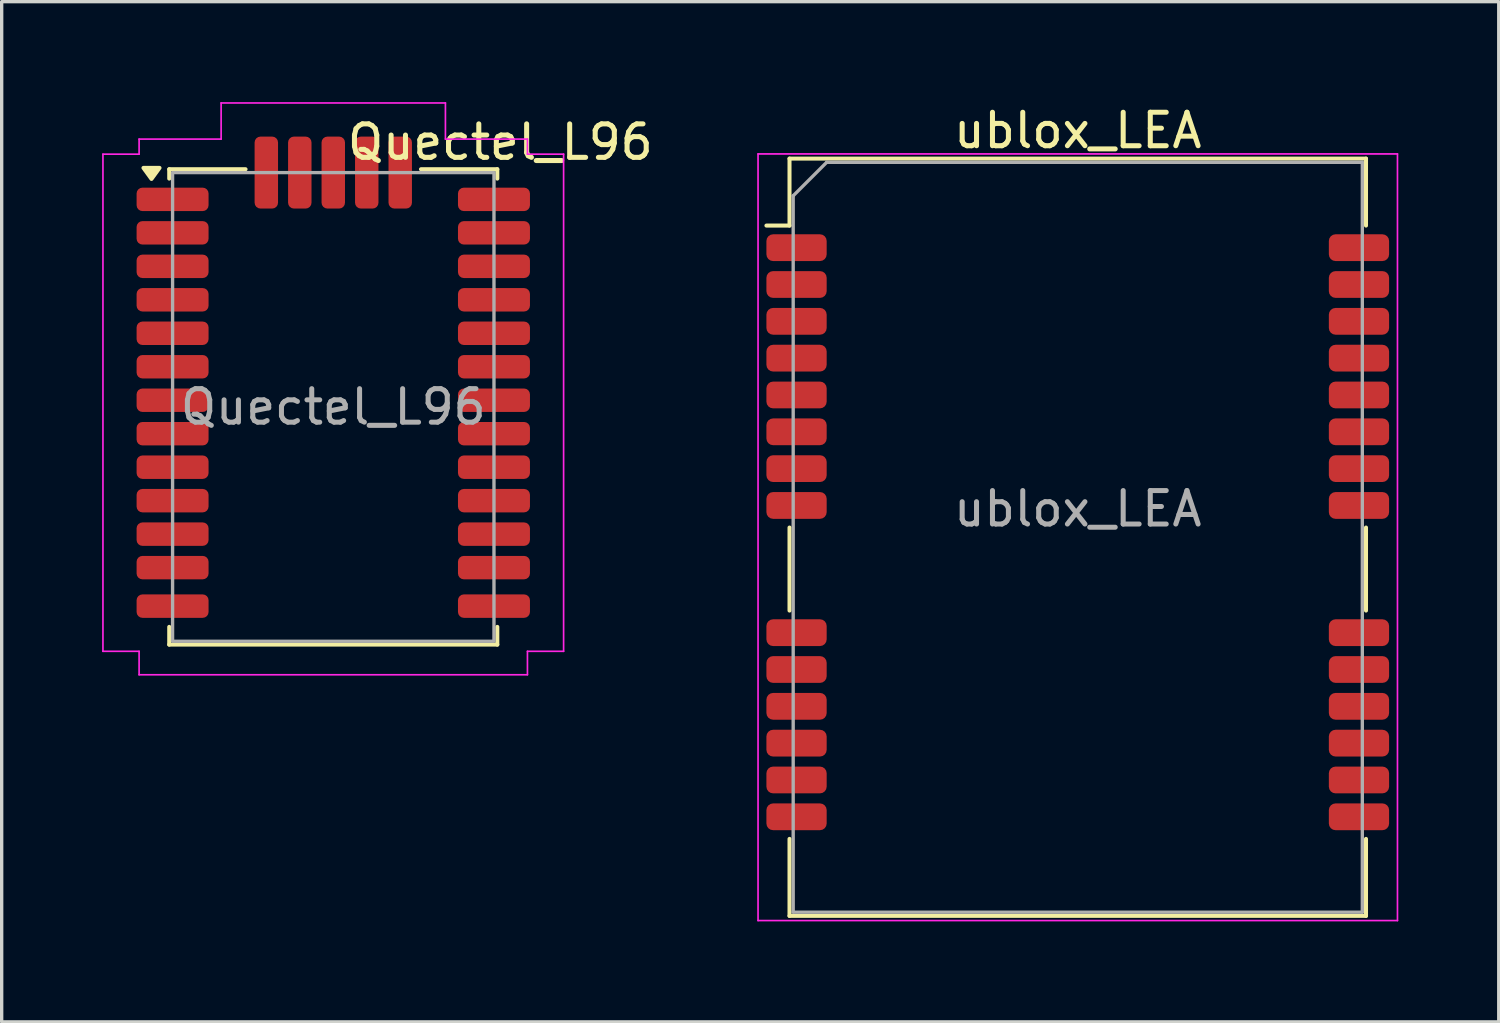
<source format=kicad_pcb>
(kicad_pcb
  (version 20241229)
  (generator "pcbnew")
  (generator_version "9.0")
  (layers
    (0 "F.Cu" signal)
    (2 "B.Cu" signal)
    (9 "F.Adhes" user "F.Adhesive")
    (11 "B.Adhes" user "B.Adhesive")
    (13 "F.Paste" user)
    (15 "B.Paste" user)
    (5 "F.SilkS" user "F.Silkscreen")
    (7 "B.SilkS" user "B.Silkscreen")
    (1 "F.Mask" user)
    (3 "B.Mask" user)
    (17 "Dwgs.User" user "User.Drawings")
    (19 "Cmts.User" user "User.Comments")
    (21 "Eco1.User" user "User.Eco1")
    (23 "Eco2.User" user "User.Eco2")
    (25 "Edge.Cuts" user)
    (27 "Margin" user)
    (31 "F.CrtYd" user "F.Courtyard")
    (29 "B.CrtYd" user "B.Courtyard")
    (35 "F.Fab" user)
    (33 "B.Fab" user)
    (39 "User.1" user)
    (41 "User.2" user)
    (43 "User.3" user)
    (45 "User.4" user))
  (footprint "Quectel_L96"
    (layer "F.Cu")
    (at 6.905 9.105)
    (property "Reference" "Quectel_L96" (at 4.99 -7.91 0) (layer "F.SilkS") (effects (font (size 1 1) (thickness 0.15))))
    (attr smd)
    (fp_line (start -4.9 -7.1) (end -2.62 -7.1) (stroke (width 0.12) (type default)) (layer "F.SilkS"))
    (fp_line (start -4.9 -6.82) (end -4.9 -7.1) (stroke (width 0.12) (type default)) (layer "F.SilkS"))
    (fp_line (start -4.9 7.1) (end -4.9 6.57) (stroke (width 0.12) (type default)) (layer "F.SilkS"))
    (fp_line (start 2.62 -7.1) (end 4.9 -7.1) (stroke (width 0.12) (type default)) (layer "F.SilkS"))
    (fp_line (start 4.9 -7.1) (end 4.9 -6.82) (stroke (width 0.12) (type default)) (layer "F.SilkS"))
    (fp_line (start 4.9 7.1) (end -4.9 7.1) (stroke (width 0.12) (type default)) (layer "F.SilkS"))
    (fp_line (start 4.9 7.1) (end 4.9 6.57) (stroke (width 0.12) (type default)) (layer "F.SilkS"))
    (fp_poly (pts (xy -5.43 -6.81) (xy -5.67 -7.14) (xy -5.19 -7.14) (xy -5.43 -6.81)) (stroke (width 0.12) (type solid)) (fill yes) (layer "F.SilkS"))
    (fp_line (start -6.88 -7.55) (end -6.88 7.3) (stroke (width 0.05) (type default)) (layer "F.CrtYd"))
    (fp_line (start -6.88 7.3) (end -5.8 7.3) (stroke (width 0.05) (type default)) (layer "F.CrtYd"))
    (fp_line (start -5.8 -8) (end -5.8 -7.55) (stroke (width 0.05) (type default)) (layer "F.CrtYd"))
    (fp_line (start -5.8 -7.55) (end -6.88 -7.55) (stroke (width 0.05) (type default)) (layer "F.CrtYd"))
    (fp_line (start -5.8 7.3) (end -5.8 8) (stroke (width 0.05) (type default)) (layer "F.CrtYd"))
    (fp_line (start -5.8 8) (end 5.8 8) (stroke (width 0.05) (type default)) (layer "F.CrtYd"))
    (fp_line (start -3.35 -9.08) (end -3.35 -8) (stroke (width 0.05) (type default)) (layer "F.CrtYd"))
    (fp_line (start -3.35 -8) (end -5.8 -8) (stroke (width 0.05) (type default)) (layer "F.CrtYd"))
    (fp_line (start 3.35 -9.08) (end -3.35 -9.08) (stroke (width 0.05) (type default)) (layer "F.CrtYd"))
    (fp_line (start 3.35 -8) (end 3.35 -9.08) (stroke (width 0.05) (type default)) (layer "F.CrtYd"))
    (fp_line (start 5.8 -8) (end 3.35 -8) (stroke (width 0.05) (type default)) (layer "F.CrtYd"))
    (fp_line (start 5.8 -7.55) (end 5.8 -8) (stroke (width 0.05) (type default)) (layer "F.CrtYd"))
    (fp_line (start 5.8 7.3) (end 6.88 7.3) (stroke (width 0.05) (type default)) (layer "F.CrtYd"))
    (fp_line (start 5.8 8) (end 5.8 7.3) (stroke (width 0.05) (type default)) (layer "F.CrtYd"))
    (fp_line (start 6.88 -7.55) (end 5.8 -7.55) (stroke (width 0.05) (type default)) (layer "F.CrtYd"))
    (fp_line (start 6.88 7.3) (end 6.88 -7.55) (stroke (width 0.05) (type default)) (layer "F.CrtYd"))
    (fp_rect (start -4.8 -7) (end 4.8 7) (stroke (width 0.1) (type default)) (fill no) (layer "F.Fab"))
    (fp_text user "${REFERENCE}" (at 0 0 0) (layer "F.Fab") (effects (font (size 1 1) (thickness 0.15))))
    (pad "1" smd roundrect (at -4.8 -6.2) (size 2.15 0.7) (layers "F.Cu" "F.Mask" "F.Paste") (roundrect_rratio 0.25))
    (pad "2" smd roundrect (at -4.8 -5.2) (size 2.15 0.7) (layers "F.Cu" "F.Mask" "F.Paste") (roundrect_rratio 0.25))
    (pad "3" smd roundrect (at -4.8 -4.2) (size 2.15 0.7) (layers "F.Cu" "F.Mask" "F.Paste") (roundrect_rratio 0.25))
    (pad "4" smd roundrect (at -4.8 -3.2) (size 2.15 0.7) (layers "F.Cu" "F.Mask" "F.Paste") (roundrect_rratio 0.25))
    (pad "5" smd roundrect (at -4.8 -2.2) (size 2.15 0.7) (layers "F.Cu" "F.Mask" "F.Paste") (roundrect_rratio 0.25))
    (pad "6" smd roundrect (at -4.8 -1.2) (size 2.15 0.7) (layers "F.Cu" "F.Mask" "F.Paste") (roundrect_rratio 0.25))
    (pad "7" smd roundrect (at -4.8 -0.2) (size 2.15 0.7) (layers "F.Cu" "F.Mask" "F.Paste") (roundrect_rratio 0.25))
    (pad "8" smd roundrect (at -4.8 0.8) (size 2.15 0.7) (layers "F.Cu" "F.Mask" "F.Paste") (roundrect_rratio 0.25))
    (pad "9" smd roundrect (at -4.8 1.8) (size 2.15 0.7) (layers "F.Cu" "F.Mask" "F.Paste") (roundrect_rratio 0.25))
    (pad "10" smd roundrect (at -4.8 2.8) (size 2.15 0.7) (layers "F.Cu" "F.Mask" "F.Paste") (roundrect_rratio 0.25))
    (pad "11" smd roundrect (at -4.8 3.8) (size 2.15 0.7) (layers "F.Cu" "F.Mask" "F.Paste") (roundrect_rratio 0.25))
    (pad "12" smd roundrect (at -4.8 4.8) (size 2.15 0.7) (layers "F.Cu" "F.Mask" "F.Paste") (roundrect_rratio 0.25))
    (pad "13" smd roundrect (at -4.8 5.95) (size 2.15 0.7) (layers "F.Cu" "F.Mask" "F.Paste") (roundrect_rratio 0.25))
    (pad "14" smd roundrect (at 4.8 5.95) (size 2.15 0.7) (layers "F.Cu" "F.Mask" "F.Paste") (roundrect_rratio 0.25))
    (pad "15" smd roundrect (at 4.8 4.8) (size 2.15 0.7) (layers "F.Cu" "F.Mask" "F.Paste") (roundrect_rratio 0.25))
    (pad "16" smd roundrect (at 4.8 3.8) (size 2.15 0.7) (layers "F.Cu" "F.Mask" "F.Paste") (roundrect_rratio 0.25))
    (pad "17" smd roundrect (at 4.8 2.8) (size 2.15 0.7) (layers "F.Cu" "F.Mask" "F.Paste") (roundrect_rratio 0.25))
    (pad "18" smd roundrect (at 4.8 1.8) (size 2.15 0.7) (layers "F.Cu" "F.Mask" "F.Paste") (roundrect_rratio 0.25))
    (pad "19" smd roundrect (at 4.8 0.8) (size 2.15 0.7) (layers "F.Cu" "F.Mask" "F.Paste") (roundrect_rratio 0.25))
    (pad "20" smd roundrect (at 4.8 -0.2) (size 2.15 0.7) (layers "F.Cu" "F.Mask" "F.Paste") (roundrect_rratio 0.25))
    (pad "21" smd roundrect (at 4.8 -1.2) (size 2.15 0.7) (layers "F.Cu" "F.Mask" "F.Paste") (roundrect_rratio 0.25))
    (pad "22" smd roundrect (at 4.8 -2.2) (size 2.15 0.7) (layers "F.Cu" "F.Mask" "F.Paste") (roundrect_rratio 0.25))
    (pad "23" smd roundrect (at 4.8 -3.2) (size 2.15 0.7) (layers "F.Cu" "F.Mask" "F.Paste") (roundrect_rratio 0.25))
    (pad "24" smd roundrect (at 4.8 -4.2) (size 2.15 0.7) (layers "F.Cu" "F.Mask" "F.Paste") (roundrect_rratio 0.25))
    (pad "25" smd roundrect (at 4.8 -5.2) (size 2.15 0.7) (layers "F.Cu" "F.Mask" "F.Paste") (roundrect_rratio 0.25))
    (pad "26" smd roundrect (at 4.8 -6.2) (size 2.15 0.7) (layers "F.Cu" "F.Mask" "F.Paste") (roundrect_rratio 0.25))
    (pad "27" smd roundrect (at 2 -7 90) (size 2.15 0.7) (layers "F.Cu" "F.Mask" "F.Paste") (roundrect_rratio 0.25))
    (pad "28" smd roundrect (at 1 -7 90) (size 2.15 0.7) (layers "F.Cu" "F.Mask" "F.Paste") (roundrect_rratio 0.25))
    (pad "29" smd roundrect (at 0 -7 90) (size 2.15 0.7) (layers "F.Cu" "F.Mask" "F.Paste") (roundrect_rratio 0.25))
    (pad "30" smd roundrect (at -1 -7 90) (size 2.15 0.7) (layers "F.Cu" "F.Mask" "F.Paste") (roundrect_rratio 0.25))
    (pad "31" smd roundrect (at -2 -7 90) (size 2.15 0.7) (layers "F.Cu" "F.Mask" "F.Paste") (roundrect_rratio 0.25))
    (zone (net_name "") (layers "F.Cu" "B.Cu" "F.CrtYd") (hatch edge 0.508) (connect_pads) (min_thickness 0.254) (filled_areas_thickness no) (keepout (tracks not_allowed) (vias not_allowed) (pads not_allowed) (copperpour not_allowed) (footprints not_allowed)) (placement (enabled no)) (fill) (polygon (pts (xy 3.255 16.105) (xy 3.255 11.305) (xy 6.105 11.305) (xy 6.105 10.605) (xy 7.705 10.605) (xy 7.705 11.305) (xy 10.555 11.305) (xy 10.555 16.105)))))
  (footprint "ublox_LEA"
    (layer "F.Cu")
    (at 29.143 12.848)
    (property "Reference" "ublox_LEA" (at 0 -12 0) (layer "F.SilkS") (effects (font (size 1 1) (thickness 0.15))))
    (attr smd)
    (fp_line (start -9.3 -9.16) (end -8.61 -9.16) (stroke (width 0.12) (type solid)) (layer "F.SilkS"))
    (fp_line (start -8.61 -11.16) (end -8.61 -9.16) (stroke (width 0.12) (type solid)) (layer "F.SilkS"))
    (fp_line (start -8.61 -11.16) (end 8.61 -11.16) (stroke (width 0.12) (type solid)) (layer "F.SilkS"))
    (fp_line (start -8.61 -0.14) (end -8.61 2.34) (stroke (width 0.12) (type solid)) (layer "F.SilkS"))
    (fp_line (start -8.61 9.16) (end -8.61 11.46) (stroke (width 0.12) (type solid)) (layer "F.SilkS"))
    (fp_line (start -8.61 11.46) (end 8.61 11.46) (stroke (width 0.12) (type solid)) (layer "F.SilkS"))
    (fp_line (start 8.61 -11.16) (end 8.61 -9.16) (stroke (width 0.12) (type solid)) (layer "F.SilkS"))
    (fp_line (start 8.61 -0.14) (end 8.61 2.34) (stroke (width 0.12) (type solid)) (layer "F.SilkS"))
    (fp_line (start 8.61 9.16) (end 8.61 11.46) (stroke (width 0.12) (type solid)) (layer "F.SilkS"))
    (fp_line (start -9.55 -11.3) (end -9.55 11.6) (stroke (width 0.05) (type solid)) (layer "F.CrtYd"))
    (fp_line (start -9.55 -11.3) (end 9.55 -11.3) (stroke (width 0.05) (type solid)) (layer "F.CrtYd"))
    (fp_line (start -9.55 11.6) (end 9.55 11.6) (stroke (width 0.05) (type solid)) (layer "F.CrtYd"))
    (fp_line (start 9.55 -11.3) (end 9.55 11.6) (stroke (width 0.05) (type solid)) (layer "F.CrtYd"))
    (fp_line (start -8.5 -10.05) (end -8.5 11.34) (stroke (width 0.1) (type solid)) (layer "F.Fab"))
    (fp_line (start -8.5 11.35) (end 8.5 11.35) (stroke (width 0.1) (type solid)) (layer "F.Fab"))
    (fp_line (start -7.5 -11.05) (end -8.5 -10.05) (stroke (width 0.1) (type solid)) (layer "F.Fab"))
    (fp_line (start -7.5 -11.05) (end 8.5 -11.05) (stroke (width 0.1) (type solid)) (layer "F.Fab"))
    (fp_line (start 8.5 -11.05) (end 8.5 11.35) (stroke (width 0.1) (type solid)) (layer "F.Fab"))
    (fp_text user "${REFERENCE}" (at 0 -0.7 0) (layer "F.Fab") (effects (font (size 1 1) (thickness 0.15))))
    (pad "1" smd roundrect (at -8.4 -8.5) (size 1.8 0.8) (layers "F.Cu" "F.Mask" "F.Paste") (roundrect_rratio 0.25))
    (pad "2" smd roundrect (at -8.4 -7.4) (size 1.8 0.8) (layers "F.Cu" "F.Mask" "F.Paste") (roundrect_rratio 0.25))
    (pad "3" smd roundrect (at -8.4 -6.3) (size 1.8 0.8) (layers "F.Cu" "F.Mask" "F.Paste") (roundrect_rratio 0.25))
    (pad "4" smd roundrect (at -8.4 -5.2) (size 1.8 0.8) (layers "F.Cu" "F.Mask" "F.Paste") (roundrect_rratio 0.25))
    (pad "5" smd roundrect (at -8.4 -4.1) (size 1.8 0.8) (layers "F.Cu" "F.Mask" "F.Paste") (roundrect_rratio 0.25))
    (pad "6" smd roundrect (at -8.4 -3) (size 1.8 0.8) (layers "F.Cu" "F.Mask" "F.Paste") (roundrect_rratio 0.25))
    (pad "7" smd roundrect (at -8.4 -1.9) (size 1.8 0.8) (layers "F.Cu" "F.Mask" "F.Paste") (roundrect_rratio 0.25))
    (pad "8" smd roundrect (at -8.4 -0.8) (size 1.8 0.8) (layers "F.Cu" "F.Mask" "F.Paste") (roundrect_rratio 0.25))
    (pad "9" smd roundrect (at -8.4 3) (size 1.8 0.8) (layers "F.Cu" "F.Mask" "F.Paste") (roundrect_rratio 0.25))
    (pad "10" smd roundrect (at -8.4 4.1) (size 1.8 0.8) (layers "F.Cu" "F.Mask" "F.Paste") (roundrect_rratio 0.25))
    (pad "11" smd roundrect (at -8.4 5.2) (size 1.8 0.8) (layers "F.Cu" "F.Mask" "F.Paste") (roundrect_rratio 0.25))
    (pad "12" smd roundrect (at -8.4 6.3) (size 1.8 0.8) (layers "F.Cu" "F.Mask" "F.Paste") (roundrect_rratio 0.25))
    (pad "13" smd roundrect (at -8.4 7.4) (size 1.8 0.8) (layers "F.Cu" "F.Mask" "F.Paste") (roundrect_rratio 0.25))
    (pad "14" smd roundrect (at -8.4 8.5) (size 1.8 0.8) (layers "F.Cu" "F.Mask" "F.Paste") (roundrect_rratio 0.25))
    (pad "15" smd roundrect (at 8.4 8.5) (size 1.8 0.8) (layers "F.Cu" "F.Mask" "F.Paste") (roundrect_rratio 0.25))
    (pad "16" smd roundrect (at 8.4 7.4) (size 1.8 0.8) (layers "F.Cu" "F.Mask" "F.Paste") (roundrect_rratio 0.25))
    (pad "17" smd roundrect (at 8.4 6.3) (size 1.8 0.8) (layers "F.Cu" "F.Mask" "F.Paste") (roundrect_rratio 0.25))
    (pad "18" smd roundrect (at 8.4 5.2) (size 1.8 0.8) (layers "F.Cu" "F.Mask" "F.Paste") (roundrect_rratio 0.25))
    (pad "19" smd roundrect (at 8.4 4.1) (size 1.8 0.8) (layers "F.Cu" "F.Mask" "F.Paste") (roundrect_rratio 0.25))
    (pad "20" smd roundrect (at 8.4 3) (size 1.8 0.8) (layers "F.Cu" "F.Mask" "F.Paste") (roundrect_rratio 0.25))
    (pad "21" smd roundrect (at 8.4 -0.8) (size 1.8 0.8) (layers "F.Cu" "F.Mask" "F.Paste") (roundrect_rratio 0.25))
    (pad "22" smd roundrect (at 8.4 -1.9) (size 1.8 0.8) (layers "F.Cu" "F.Mask" "F.Paste") (roundrect_rratio 0.25))
    (pad "23" smd roundrect (at 8.4 -3) (size 1.8 0.8) (layers "F.Cu" "F.Mask" "F.Paste") (roundrect_rratio 0.25))
    (pad "24" smd roundrect (at 8.4 -4.1) (size 1.8 0.8) (layers "F.Cu" "F.Mask" "F.Paste") (roundrect_rratio 0.25))
    (pad "25" smd roundrect (at 8.4 -5.2) (size 1.8 0.8) (layers "F.Cu" "F.Mask" "F.Paste") (roundrect_rratio 0.25))
    (pad "26" smd roundrect (at 8.4 -6.3) (size 1.8 0.8) (layers "F.Cu" "F.Mask" "F.Paste") (roundrect_rratio 0.25))
    (pad "27" smd roundrect (at 8.4 -7.4) (size 1.8 0.8) (layers "F.Cu" "F.Mask" "F.Paste") (roundrect_rratio 0.25))
    (pad "28" smd roundrect (at 8.4 -8.5) (size 1.8 0.8) (layers "F.Cu" "F.Mask" "F.Paste") (roundrect_rratio 0.25)))
  (gr_rect
    (start -3 -3)
    (end 41.718 27.473)
    (stroke (width 0.1) (type default))
    (fill no)
    (layer "Edge.Cuts")))
</source>
